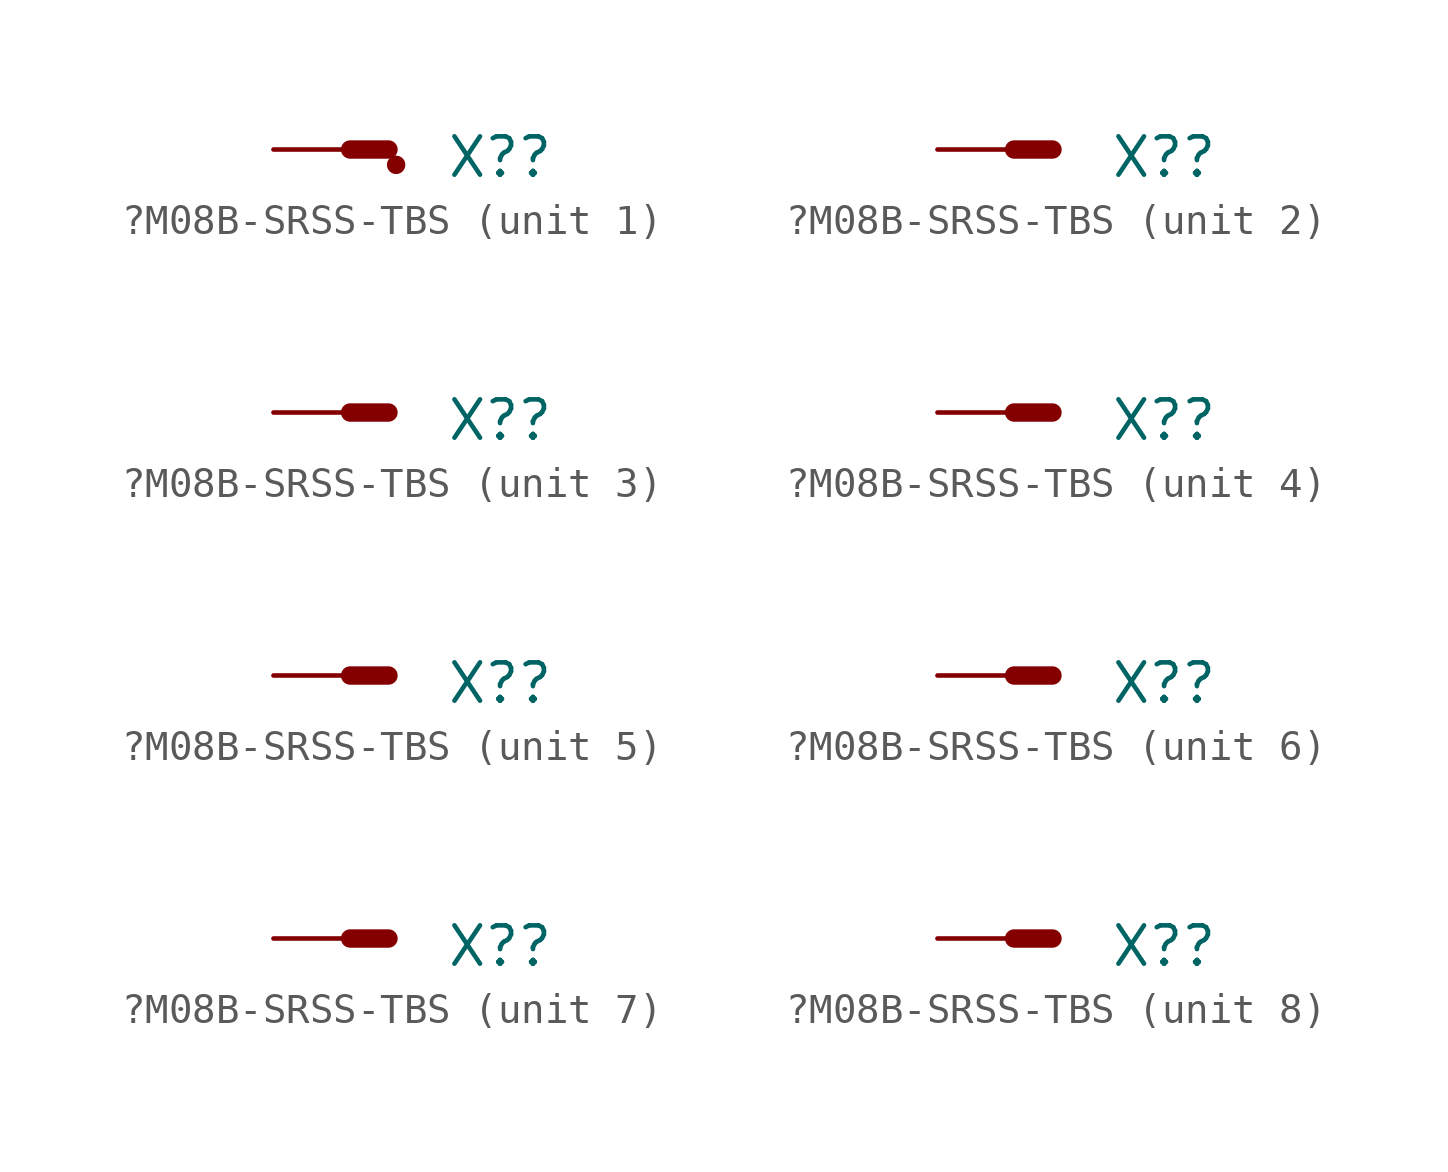
<source format=kicad_sym>
(kicad_symbol_lib
  (version 20211014)
  (generator kicad_symbol_editor)
  (symbol "?M08B-SRSS-TBS"
    (property "Reference" "X?"
      (at 3.175 -0.254 0)
      (effects (font (size 1.27 1.27)) (justify left)))
    (property "ki_locked" ""
      (at 0 0 0)
      (effects (font (size 1.27 1.27))))
    (symbol "?M08B-SRSS-TBS_1_1"
      (polyline (pts (xy 0 0) (xy 1.27 0)) (stroke (width 0.61) (type default) (color 0 0 0 0)) (fill (type none)))
      (polyline (pts (xy 1.524 -0.508) (xy 1.524 -0.508)) (stroke (width 0.61) (type default) (color 0 0 0 0)) (fill (type none)))
      (pin passive line (at -2.54 0 0) (length 2.54) (name "S" (effects (font (size 0 0)))) (number "1" (effects (font (size 0 0))))))
    (symbol "?M08B-SRSS-TBS_2_1"
      (polyline (pts (xy 0 0) (xy 1.27 0)) (stroke (width 0.61) (type default) (color 0 0 0 0)) (fill (type none)))
      (pin passive line (at -2.54 0 0) (length 2.54) (name "S" (effects (font (size 0 0)))) (number "2" (effects (font (size 0 0))))))
    (symbol "?M08B-SRSS-TBS_3_1"
      (polyline (pts (xy 0 0) (xy 1.27 0)) (stroke (width 0.61) (type default) (color 0 0 0 0)) (fill (type none)))
      (pin passive line (at -2.54 0 0) (length 2.54) (name "S" (effects (font (size 0 0)))) (number "3" (effects (font (size 0 0))))))
    (symbol "?M08B-SRSS-TBS_4_1"
      (polyline (pts (xy 0 0) (xy 1.27 0)) (stroke (width 0.61) (type default) (color 0 0 0 0)) (fill (type none)))
      (pin passive line (at -2.54 0 0) (length 2.54) (name "S" (effects (font (size 0 0)))) (number "4" (effects (font (size 0 0))))))
    (symbol "?M08B-SRSS-TBS_5_1"
      (polyline (pts (xy 0 0) (xy 1.27 0)) (stroke (width 0.61) (type default) (color 0 0 0 0)) (fill (type none)))
      (pin passive line (at -2.54 0 0) (length 2.54) (name "S" (effects (font (size 0 0)))) (number "5" (effects (font (size 0 0))))))
    (symbol "?M08B-SRSS-TBS_6_1"
      (polyline (pts (xy 0 0) (xy 1.27 0)) (stroke (width 0.61) (type default) (color 0 0 0 0)) (fill (type none)))
      (pin passive line (at -2.54 0 0) (length 2.54) (name "S" (effects (font (size 0 0)))) (number "6" (effects (font (size 0 0))))))
    (symbol "?M08B-SRSS-TBS_7_1"
      (polyline (pts (xy 0 0) (xy 1.27 0)) (stroke (width 0.61) (type default) (color 0 0 0 0)) (fill (type none)))
      (pin passive line (at -2.54 0 0) (length 2.54) (name "S" (effects (font (size 0 0)))) (number "7" (effects (font (size 0 0))))))
    (symbol "?M08B-SRSS-TBS_8_1"
      (polyline (pts (xy 0 0) (xy 1.27 0)) (stroke (width 0.61) (type default) (color 0 0 0 0)) (fill (type none)))
      (pin passive line (at -2.54 0 0) (length 2.54) (name "S" (effects (font (size 0 0)))) (number "8" (effects (font (size 0 0))))))))
</source>
